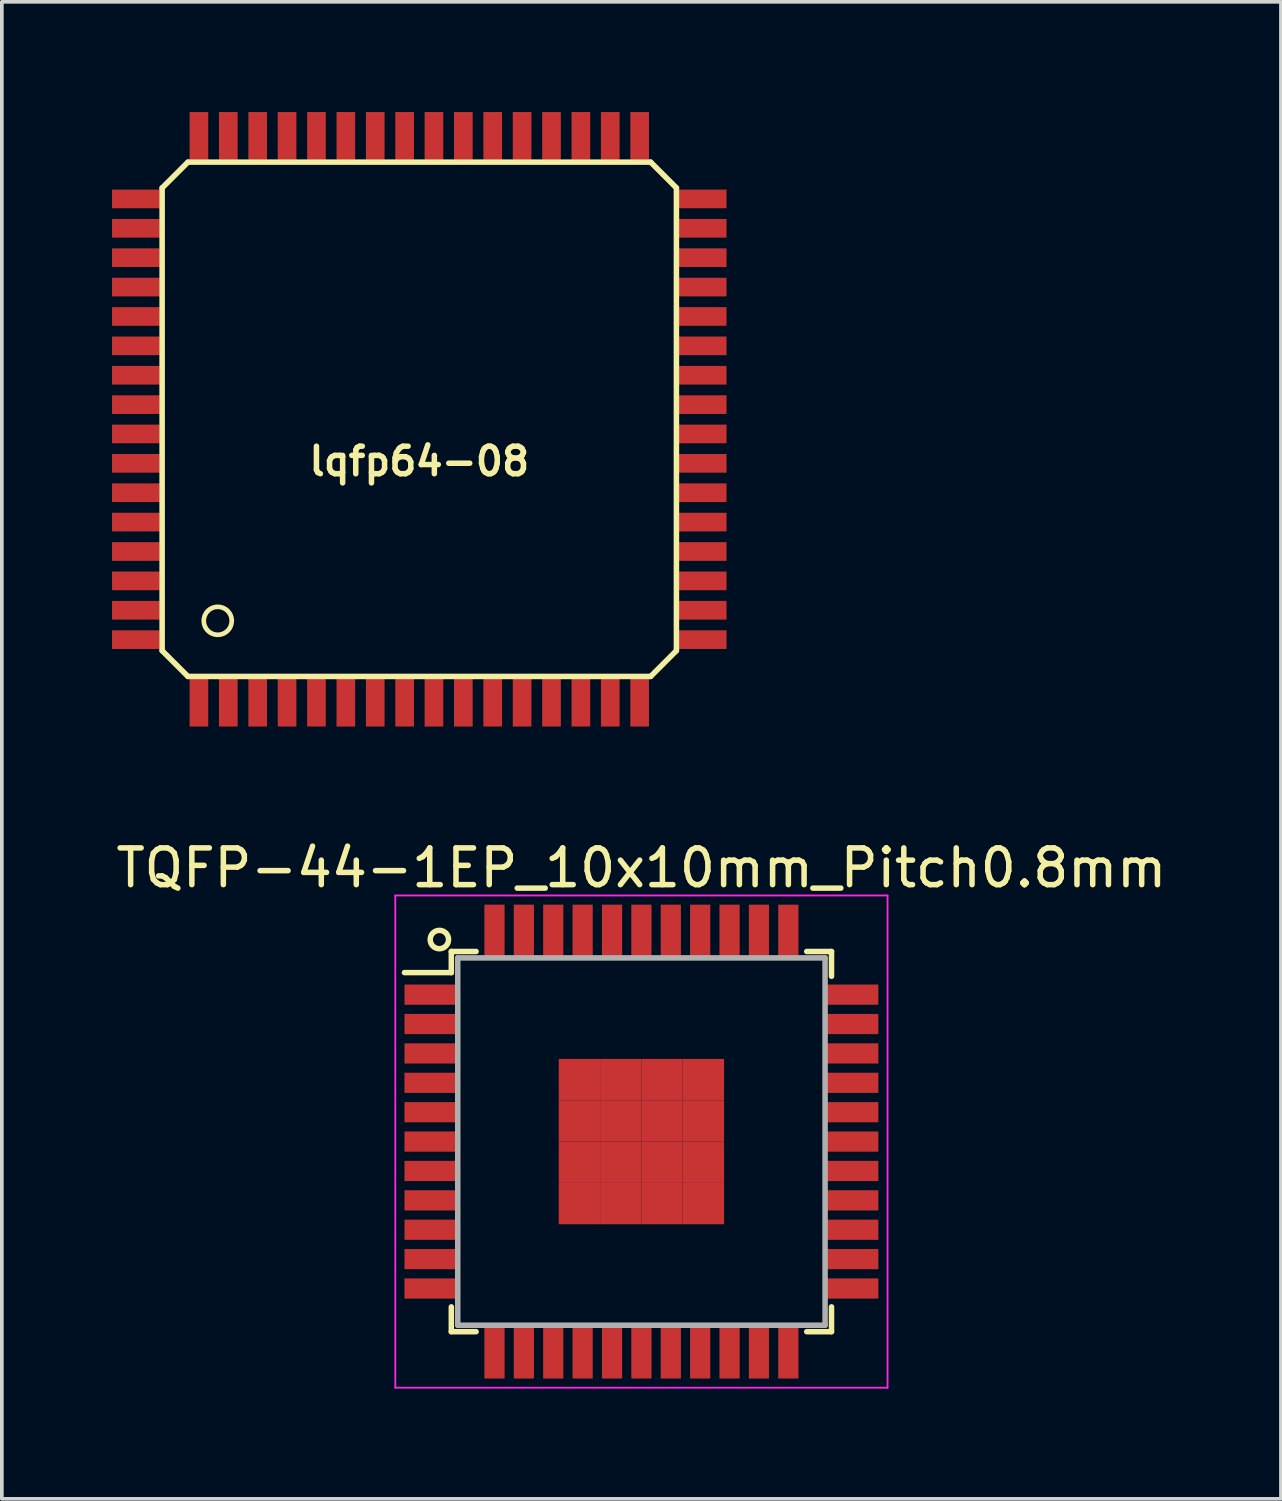
<source format=kicad_pcb>
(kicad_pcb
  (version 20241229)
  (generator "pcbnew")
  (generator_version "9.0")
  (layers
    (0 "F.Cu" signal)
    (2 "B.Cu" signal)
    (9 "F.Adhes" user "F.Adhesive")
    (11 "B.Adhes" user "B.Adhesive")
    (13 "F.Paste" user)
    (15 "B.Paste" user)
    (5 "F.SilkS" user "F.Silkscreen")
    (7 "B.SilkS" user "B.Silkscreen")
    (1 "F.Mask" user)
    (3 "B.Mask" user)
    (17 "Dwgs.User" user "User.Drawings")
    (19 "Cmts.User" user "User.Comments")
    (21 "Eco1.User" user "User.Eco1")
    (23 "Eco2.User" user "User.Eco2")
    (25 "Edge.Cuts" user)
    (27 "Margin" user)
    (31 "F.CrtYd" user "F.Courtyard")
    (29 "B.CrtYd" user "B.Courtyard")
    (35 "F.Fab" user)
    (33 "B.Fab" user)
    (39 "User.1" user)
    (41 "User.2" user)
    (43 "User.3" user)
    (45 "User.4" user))
  (footprint "TQFP-44-1EP_10x10mm_Pitch0.8mm"
    (layer "F.Cu")
    (at 14.411 28.027)
    (property "Reference" "TQFP-44-1EP_10x10mm_Pitch0.8mm" (at 0 -7.45 0) (layer "F.SilkS") (effects (font (size 1 1) (thickness 0.15))))
    (attr smd)
    (fp_line (start -5.175 -5.175) (end -5.175 -4.6) (stroke (width 0.15) (type solid)) (layer "F.SilkS"))
    (fp_line (start -5.175 -5.175) (end -4.5 -5.175) (stroke (width 0.15) (type solid)) (layer "F.SilkS"))
    (fp_line (start -5.175 -4.6) (end -6.45 -4.6) (stroke (width 0.15) (type solid)) (layer "F.SilkS"))
    (fp_line (start -5.175 5.175) (end -5.175 4.5) (stroke (width 0.15) (type solid)) (layer "F.SilkS"))
    (fp_line (start -5.175 5.175) (end -4.5 5.175) (stroke (width 0.15) (type solid)) (layer "F.SilkS"))
    (fp_line (start 5.175 -5.175) (end 4.5 -5.175) (stroke (width 0.15) (type solid)) (layer "F.SilkS"))
    (fp_line (start 5.175 -5.175) (end 5.175 -4.5) (stroke (width 0.15) (type solid)) (layer "F.SilkS"))
    (fp_line (start 5.175 5.175) (end 4.5 5.175) (stroke (width 0.15) (type solid)) (layer "F.SilkS"))
    (fp_line (start 5.175 5.175) (end 5.175 4.5) (stroke (width 0.15) (type solid)) (layer "F.SilkS"))
    (fp_circle (center -5.5 -5.5) (end -5.25 -5.5) (stroke (width 0.15) (type solid)) (fill no) (layer "F.SilkS"))
    (fp_line (start -6.7 -6.7) (end -6.7 6.7) (stroke (width 0.05) (type solid)) (layer "F.CrtYd"))
    (fp_line (start -6.7 -6.7) (end 6.7 -6.7) (stroke (width 0.05) (type solid)) (layer "F.CrtYd"))
    (fp_line (start -6.7 6.7) (end 6.7 6.7) (stroke (width 0.05) (type solid)) (layer "F.CrtYd"))
    (fp_line (start 6.7 -6.7) (end 6.7 6.7) (stroke (width 0.05) (type solid)) (layer "F.CrtYd"))
    (fp_line (start -5 -5) (end 5 -5) (stroke (width 0.15) (type solid)) (layer "F.Fab"))
    (fp_line (start -5 5) (end -5 -5) (stroke (width 0.15) (type solid)) (layer "F.Fab"))
    (fp_line (start 5 -5) (end 5 5) (stroke (width 0.15) (type solid)) (layer "F.Fab"))
    (fp_line (start 5 5) (end -5 5) (stroke (width 0.15) (type solid)) (layer "F.Fab"))
    (pad "1" smd rect (at -5.7 -4) (size 1.5 0.55) (layers "F.Cu" "F.Mask" "F.Paste"))
    (pad "2" smd rect (at -5.7 -3.2) (size 1.5 0.55) (layers "F.Cu" "F.Mask" "F.Paste"))
    (pad "3" smd rect (at -5.7 -2.4) (size 1.5 0.55) (layers "F.Cu" "F.Mask" "F.Paste"))
    (pad "4" smd rect (at -5.7 -1.6) (size 1.5 0.55) (layers "F.Cu" "F.Mask" "F.Paste"))
    (pad "5" smd rect (at -5.7 -0.8) (size 1.5 0.55) (layers "F.Cu" "F.Mask" "F.Paste"))
    (pad "6" smd rect (at -5.7 0) (size 1.5 0.55) (layers "F.Cu" "F.Mask" "F.Paste"))
    (pad "7" smd rect (at -5.7 0.8) (size 1.5 0.55) (layers "F.Cu" "F.Mask" "F.Paste"))
    (pad "8" smd rect (at -5.7 1.6) (size 1.5 0.55) (layers "F.Cu" "F.Mask" "F.Paste"))
    (pad "9" smd rect (at -5.7 2.4) (size 1.5 0.55) (layers "F.Cu" "F.Mask" "F.Paste"))
    (pad "10" smd rect (at -5.7 3.2) (size 1.5 0.55) (layers "F.Cu" "F.Mask" "F.Paste"))
    (pad "11" smd rect (at -5.7 4) (size 1.5 0.55) (layers "F.Cu" "F.Mask" "F.Paste"))
    (pad "12" smd rect (at -4 5.7 90) (size 1.5 0.55) (layers "F.Cu" "F.Mask" "F.Paste"))
    (pad "13" smd rect (at -3.2 5.7 90) (size 1.5 0.55) (layers "F.Cu" "F.Mask" "F.Paste"))
    (pad "14" smd rect (at -2.4 5.7 90) (size 1.5 0.55) (layers "F.Cu" "F.Mask" "F.Paste"))
    (pad "15" smd rect (at -1.6 5.7 90) (size 1.5 0.55) (layers "F.Cu" "F.Mask" "F.Paste"))
    (pad "16" smd rect (at -0.8 5.7 90) (size 1.5 0.55) (layers "F.Cu" "F.Mask" "F.Paste"))
    (pad "17" smd rect (at 0 5.7 90) (size 1.5 0.55) (layers "F.Cu" "F.Mask" "F.Paste"))
    (pad "18" smd rect (at 0.8 5.7 90) (size 1.5 0.55) (layers "F.Cu" "F.Mask" "F.Paste"))
    (pad "19" smd rect (at 1.6 5.7 90) (size 1.5 0.55) (layers "F.Cu" "F.Mask" "F.Paste"))
    (pad "20" smd rect (at 2.4 5.7 90) (size 1.5 0.55) (layers "F.Cu" "F.Mask" "F.Paste"))
    (pad "21" smd rect (at 3.2 5.7 90) (size 1.5 0.55) (layers "F.Cu" "F.Mask" "F.Paste"))
    (pad "22" smd rect (at 4 5.7 90) (size 1.5 0.55) (layers "F.Cu" "F.Mask" "F.Paste"))
    (pad "23" smd rect (at 5.7 4) (size 1.5 0.55) (layers "F.Cu" "F.Mask" "F.Paste"))
    (pad "24" smd rect (at 5.7 3.2) (size 1.5 0.55) (layers "F.Cu" "F.Mask" "F.Paste"))
    (pad "25" smd rect (at 5.7 2.4) (size 1.5 0.55) (layers "F.Cu" "F.Mask" "F.Paste"))
    (pad "26" smd rect (at 5.7 1.6) (size 1.5 0.55) (layers "F.Cu" "F.Mask" "F.Paste"))
    (pad "27" smd rect (at 5.7 0.8) (size 1.5 0.55) (layers "F.Cu" "F.Mask" "F.Paste"))
    (pad "28" smd rect (at 5.7 0) (size 1.5 0.55) (layers "F.Cu" "F.Mask" "F.Paste"))
    (pad "29" smd rect (at 5.7 -0.8) (size 1.5 0.55) (layers "F.Cu" "F.Mask" "F.Paste"))
    (pad "30" smd rect (at 5.7 -1.6) (size 1.5 0.55) (layers "F.Cu" "F.Mask" "F.Paste"))
    (pad "31" smd rect (at 5.7 -2.4) (size 1.5 0.55) (layers "F.Cu" "F.Mask" "F.Paste"))
    (pad "32" smd rect (at 5.7 -3.2) (size 1.5 0.55) (layers "F.Cu" "F.Mask" "F.Paste"))
    (pad "33" smd rect (at 5.7 -4) (size 1.5 0.55) (layers "F.Cu" "F.Mask" "F.Paste"))
    (pad "34" smd rect (at 4 -5.7 90) (size 1.5 0.55) (layers "F.Cu" "F.Mask" "F.Paste"))
    (pad "35" smd rect (at 3.2 -5.7 90) (size 1.5 0.55) (layers "F.Cu" "F.Mask" "F.Paste"))
    (pad "36" smd rect (at 2.4 -5.7 90) (size 1.5 0.55) (layers "F.Cu" "F.Mask" "F.Paste"))
    (pad "37" smd rect (at 1.6 -5.7 90) (size 1.5 0.55) (layers "F.Cu" "F.Mask" "F.Paste"))
    (pad "38" smd rect (at 0.8 -5.7 90) (size 1.5 0.55) (layers "F.Cu" "F.Mask" "F.Paste"))
    (pad "39" smd rect (at 0 -5.7 90) (size 1.5 0.55) (layers "F.Cu" "F.Mask" "F.Paste"))
    (pad "40" smd rect (at -0.8 -5.7 90) (size 1.5 0.55) (layers "F.Cu" "F.Mask" "F.Paste"))
    (pad "41" smd rect (at -1.6 -5.7 90) (size 1.5 0.55) (layers "F.Cu" "F.Mask" "F.Paste"))
    (pad "42" smd rect (at -2.4 -5.7 90) (size 1.5 0.55) (layers "F.Cu" "F.Mask" "F.Paste"))
    (pad "43" smd rect (at -3.2 -5.7 90) (size 1.5 0.55) (layers "F.Cu" "F.Mask" "F.Paste"))
    (pad "44" smd rect (at -4 -5.7 90) (size 1.5 0.55) (layers "F.Cu" "F.Mask" "F.Paste"))
    (pad "45" smd rect (at -1.688 -1.688) (size 1.125 1.125) (layers "F.Cu" "F.Mask" "F.Paste"))
    (pad "45" smd rect (at -1.688 -0.562) (size 1.125 1.125) (layers "F.Cu" "F.Mask" "F.Paste"))
    (pad "45" smd rect (at -1.688 0.562) (size 1.125 1.125) (layers "F.Cu" "F.Mask" "F.Paste"))
    (pad "45" smd rect (at -1.688 1.688) (size 1.125 1.125) (layers "F.Cu" "F.Mask" "F.Paste"))
    (pad "45" smd rect (at -0.562 -1.688) (size 1.125 1.125) (layers "F.Cu" "F.Mask" "F.Paste"))
    (pad "45" smd rect (at -0.562 -0.562) (size 1.125 1.125) (layers "F.Cu" "F.Mask" "F.Paste"))
    (pad "45" smd rect (at -0.562 0.562) (size 1.125 1.125) (layers "F.Cu" "F.Mask" "F.Paste"))
    (pad "45" smd rect (at -0.562 1.688) (size 1.125 1.125) (layers "F.Cu" "F.Mask" "F.Paste"))
    (pad "45" smd rect (at 0.562 -1.688) (size 1.125 1.125) (layers "F.Cu" "F.Mask" "F.Paste"))
    (pad "45" smd rect (at 0.562 -0.562) (size 1.125 1.125) (layers "F.Cu" "F.Mask" "F.Paste"))
    (pad "45" smd rect (at 0.562 0.562) (size 1.125 1.125) (layers "F.Cu" "F.Mask" "F.Paste"))
    (pad "45" smd rect (at 0.562 1.688) (size 1.125 1.125) (layers "F.Cu" "F.Mask" "F.Paste"))
    (pad "45" smd rect (at 1.688 -1.688) (size 1.125 1.125) (layers "F.Cu" "F.Mask" "F.Paste"))
    (pad "45" smd rect (at 1.688 -0.562) (size 1.125 1.125) (layers "F.Cu" "F.Mask" "F.Paste"))
    (pad "45" smd rect (at 1.688 0.562) (size 1.125 1.125) (layers "F.Cu" "F.Mask" "F.Paste"))
    (pad "45" smd rect (at 1.688 1.688) (size 1.125 1.125) (layers "F.Cu" "F.Mask" "F.Paste")))
  (footprint "lqfp64-08"
    (layer "F.Cu")
    (at 8.364 8.364)
    (property "Reference" "lqfp64-08" (at 0 1.143 0) (layer "F.SilkS") (effects (font (size 0.749 0.749) (thickness 0.15))))
    (attr smd)
    (fp_line (start -7 -6.299) (end -7 6.299) (stroke (width 0.15) (type solid)) (layer "F.SilkS"))
    (fp_line (start -7 6.299) (end -6.299 7) (stroke (width 0.15) (type solid)) (layer "F.SilkS"))
    (fp_line (start -6.299 -7) (end -7 -6.299) (stroke (width 0.15) (type solid)) (layer "F.SilkS"))
    (fp_line (start -6.299 7) (end 6.299 7) (stroke (width 0.15) (type solid)) (layer "F.SilkS"))
    (fp_line (start 6.299 -7) (end -6.299 -7) (stroke (width 0.15) (type solid)) (layer "F.SilkS"))
    (fp_line (start 6.299 7) (end 7 6.299) (stroke (width 0.15) (type solid)) (layer "F.SilkS"))
    (fp_line (start 7 -6.299) (end 6.299 -7) (stroke (width 0.15) (type solid)) (layer "F.SilkS"))
    (fp_line (start 7 6.299) (end 7 -6.299) (stroke (width 0.15) (type solid)) (layer "F.SilkS"))
    (fp_circle (center -5.486 5.486) (end -5.715 5.791) (stroke (width 0.127) (type solid)) (fill no) (layer "F.SilkS"))
    (pad "1" smd rect (at -5.999 7.714) (size 0.508 1.3) (layers "F.Cu" "F.Mask" "F.Paste"))
    (pad "2" smd rect (at -5.199 7.714) (size 0.508 1.3) (layers "F.Cu" "F.Mask" "F.Paste"))
    (pad "3" smd rect (at -4.399 7.714) (size 0.508 1.3) (layers "F.Cu" "F.Mask" "F.Paste"))
    (pad "4" smd rect (at -3.599 7.714) (size 0.508 1.3) (layers "F.Cu" "F.Mask" "F.Paste"))
    (pad "5" smd rect (at -2.799 7.714) (size 0.508 1.3) (layers "F.Cu" "F.Mask" "F.Paste"))
    (pad "6" smd rect (at -1.999 7.714) (size 0.508 1.3) (layers "F.Cu" "F.Mask" "F.Paste"))
    (pad "7" smd rect (at -1.199 7.714) (size 0.508 1.3) (layers "F.Cu" "F.Mask" "F.Paste"))
    (pad "8" smd rect (at -0.399 7.714) (size 0.508 1.3) (layers "F.Cu" "F.Mask" "F.Paste"))
    (pad "9" smd rect (at 0.399 7.714) (size 0.508 1.3) (layers "F.Cu" "F.Mask" "F.Paste"))
    (pad "10" smd rect (at 1.199 7.714) (size 0.508 1.3) (layers "F.Cu" "F.Mask" "F.Paste"))
    (pad "11" smd rect (at 1.999 7.714) (size 0.508 1.3) (layers "F.Cu" "F.Mask" "F.Paste"))
    (pad "12" smd rect (at 2.799 7.714) (size 0.508 1.3) (layers "F.Cu" "F.Mask" "F.Paste"))
    (pad "13" smd rect (at 3.599 7.714) (size 0.508 1.3) (layers "F.Cu" "F.Mask" "F.Paste"))
    (pad "14" smd rect (at 4.399 7.714) (size 0.508 1.3) (layers "F.Cu" "F.Mask" "F.Paste"))
    (pad "15" smd rect (at 5.199 7.714) (size 0.508 1.3) (layers "F.Cu" "F.Mask" "F.Paste"))
    (pad "16" smd rect (at 5.999 7.714) (size 0.508 1.3) (layers "F.Cu" "F.Mask" "F.Paste"))
    (pad "17" smd rect (at 7.714 5.999) (size 1.3 0.508) (layers "F.Cu" "F.Mask" "F.Paste"))
    (pad "18" smd rect (at 7.714 5.199) (size 1.3 0.508) (layers "F.Cu" "F.Mask" "F.Paste"))
    (pad "19" smd rect (at 7.714 4.399) (size 1.3 0.508) (layers "F.Cu" "F.Mask" "F.Paste"))
    (pad "20" smd rect (at 7.714 3.599) (size 1.3 0.508) (layers "F.Cu" "F.Mask" "F.Paste"))
    (pad "21" smd rect (at 7.714 2.799) (size 1.3 0.508) (layers "F.Cu" "F.Mask" "F.Paste"))
    (pad "22" smd rect (at 7.714 1.999) (size 1.3 0.508) (layers "F.Cu" "F.Mask" "F.Paste"))
    (pad "23" smd rect (at 7.714 1.199) (size 1.3 0.508) (layers "F.Cu" "F.Mask" "F.Paste"))
    (pad "24" smd rect (at 7.714 0.399) (size 1.3 0.508) (layers "F.Cu" "F.Mask" "F.Paste"))
    (pad "25" smd rect (at 7.714 -0.399) (size 1.3 0.508) (layers "F.Cu" "F.Mask" "F.Paste"))
    (pad "26" smd rect (at 7.714 -1.199) (size 1.3 0.508) (layers "F.Cu" "F.Mask" "F.Paste"))
    (pad "27" smd rect (at 7.714 -1.999) (size 1.3 0.508) (layers "F.Cu" "F.Mask" "F.Paste"))
    (pad "28" smd rect (at 7.714 -2.799) (size 1.3 0.508) (layers "F.Cu" "F.Mask" "F.Paste"))
    (pad "29" smd rect (at 7.714 -3.599) (size 1.3 0.508) (layers "F.Cu" "F.Mask" "F.Paste"))
    (pad "30" smd rect (at 7.714 -4.399) (size 1.3 0.508) (layers "F.Cu" "F.Mask" "F.Paste"))
    (pad "31" smd rect (at 7.714 -5.199) (size 1.3 0.508) (layers "F.Cu" "F.Mask" "F.Paste"))
    (pad "32" smd rect (at 7.714 -5.999) (size 1.3 0.508) (layers "F.Cu" "F.Mask" "F.Paste"))
    (pad "33" smd rect (at 5.999 -7.714) (size 0.508 1.3) (layers "F.Cu" "F.Mask" "F.Paste"))
    (pad "34" smd rect (at 5.199 -7.714) (size 0.508 1.3) (layers "F.Cu" "F.Mask" "F.Paste"))
    (pad "35" smd rect (at 4.399 -7.714) (size 0.508 1.3) (layers "F.Cu" "F.Mask" "F.Paste"))
    (pad "36" smd rect (at 3.599 -7.714) (size 0.508 1.3) (layers "F.Cu" "F.Mask" "F.Paste"))
    (pad "37" smd rect (at 2.799 -7.714) (size 0.508 1.3) (layers "F.Cu" "F.Mask" "F.Paste"))
    (pad "38" smd rect (at 1.999 -7.714) (size 0.508 1.3) (layers "F.Cu" "F.Mask" "F.Paste"))
    (pad "39" smd rect (at 1.199 -7.714) (size 0.508 1.3) (layers "F.Cu" "F.Mask" "F.Paste"))
    (pad "40" smd rect (at 0.399 -7.714) (size 0.508 1.3) (layers "F.Cu" "F.Mask" "F.Paste"))
    (pad "41" smd rect (at -0.399 -7.714) (size 0.508 1.3) (layers "F.Cu" "F.Mask" "F.Paste"))
    (pad "42" smd rect (at -1.199 -7.714) (size 0.508 1.3) (layers "F.Cu" "F.Mask" "F.Paste"))
    (pad "43" smd rect (at -1.999 -7.714) (size 0.508 1.3) (layers "F.Cu" "F.Mask" "F.Paste"))
    (pad "44" smd rect (at -2.799 -7.714) (size 0.508 1.3) (layers "F.Cu" "F.Mask" "F.Paste"))
    (pad "45" smd rect (at -3.599 -7.714) (size 0.508 1.3) (layers "F.Cu" "F.Mask" "F.Paste"))
    (pad "46" smd rect (at -4.399 -7.714) (size 0.508 1.3) (layers "F.Cu" "F.Mask" "F.Paste"))
    (pad "47" smd rect (at -5.199 -7.714) (size 0.508 1.3) (layers "F.Cu" "F.Mask" "F.Paste"))
    (pad "48" smd rect (at -5.999 -7.714) (size 0.508 1.3) (layers "F.Cu" "F.Mask" "F.Paste"))
    (pad "49" smd rect (at -7.714 -5.999) (size 1.3 0.508) (layers "F.Cu" "F.Mask" "F.Paste"))
    (pad "50" smd rect (at -7.714 -5.199) (size 1.3 0.508) (layers "F.Cu" "F.Mask" "F.Paste"))
    (pad "51" smd rect (at -7.714 -4.399) (size 1.3 0.508) (layers "F.Cu" "F.Mask" "F.Paste"))
    (pad "52" smd rect (at -7.714 -3.599) (size 1.3 0.508) (layers "F.Cu" "F.Mask" "F.Paste"))
    (pad "53" smd rect (at -7.714 -2.799) (size 1.3 0.508) (layers "F.Cu" "F.Mask" "F.Paste"))
    (pad "54" smd rect (at -7.714 -1.999) (size 1.3 0.508) (layers "F.Cu" "F.Mask" "F.Paste"))
    (pad "55" smd rect (at -7.714 -1.199) (size 1.3 0.508) (layers "F.Cu" "F.Mask" "F.Paste"))
    (pad "56" smd rect (at -7.714 -0.399) (size 1.3 0.508) (layers "F.Cu" "F.Mask" "F.Paste"))
    (pad "57" smd rect (at -7.714 0.399) (size 1.3 0.508) (layers "F.Cu" "F.Mask" "F.Paste"))
    (pad "58" smd rect (at -7.714 1.199) (size 1.3 0.508) (layers "F.Cu" "F.Mask" "F.Paste"))
    (pad "59" smd rect (at -7.714 1.999) (size 1.3 0.508) (layers "F.Cu" "F.Mask" "F.Paste"))
    (pad "60" smd rect (at -7.714 2.799) (size 1.3 0.508) (layers "F.Cu" "F.Mask" "F.Paste"))
    (pad "61" smd rect (at -7.714 3.599) (size 1.3 0.508) (layers "F.Cu" "F.Mask" "F.Paste"))
    (pad "62" smd rect (at -7.714 4.399) (size 1.3 0.508) (layers "F.Cu" "F.Mask" "F.Paste"))
    (pad "63" smd rect (at -7.714 5.199) (size 1.3 0.508) (layers "F.Cu" "F.Mask" "F.Paste"))
    (pad "64" smd rect (at -7.714 5.999) (size 1.3 0.508) (layers "F.Cu" "F.Mask" "F.Paste")))
  (gr_rect
    (start -3 -3)
    (end 31.821 37.752)
    (stroke (width 0.1) (type default))
    (fill no)
    (layer "Edge.Cuts")))
</source>
